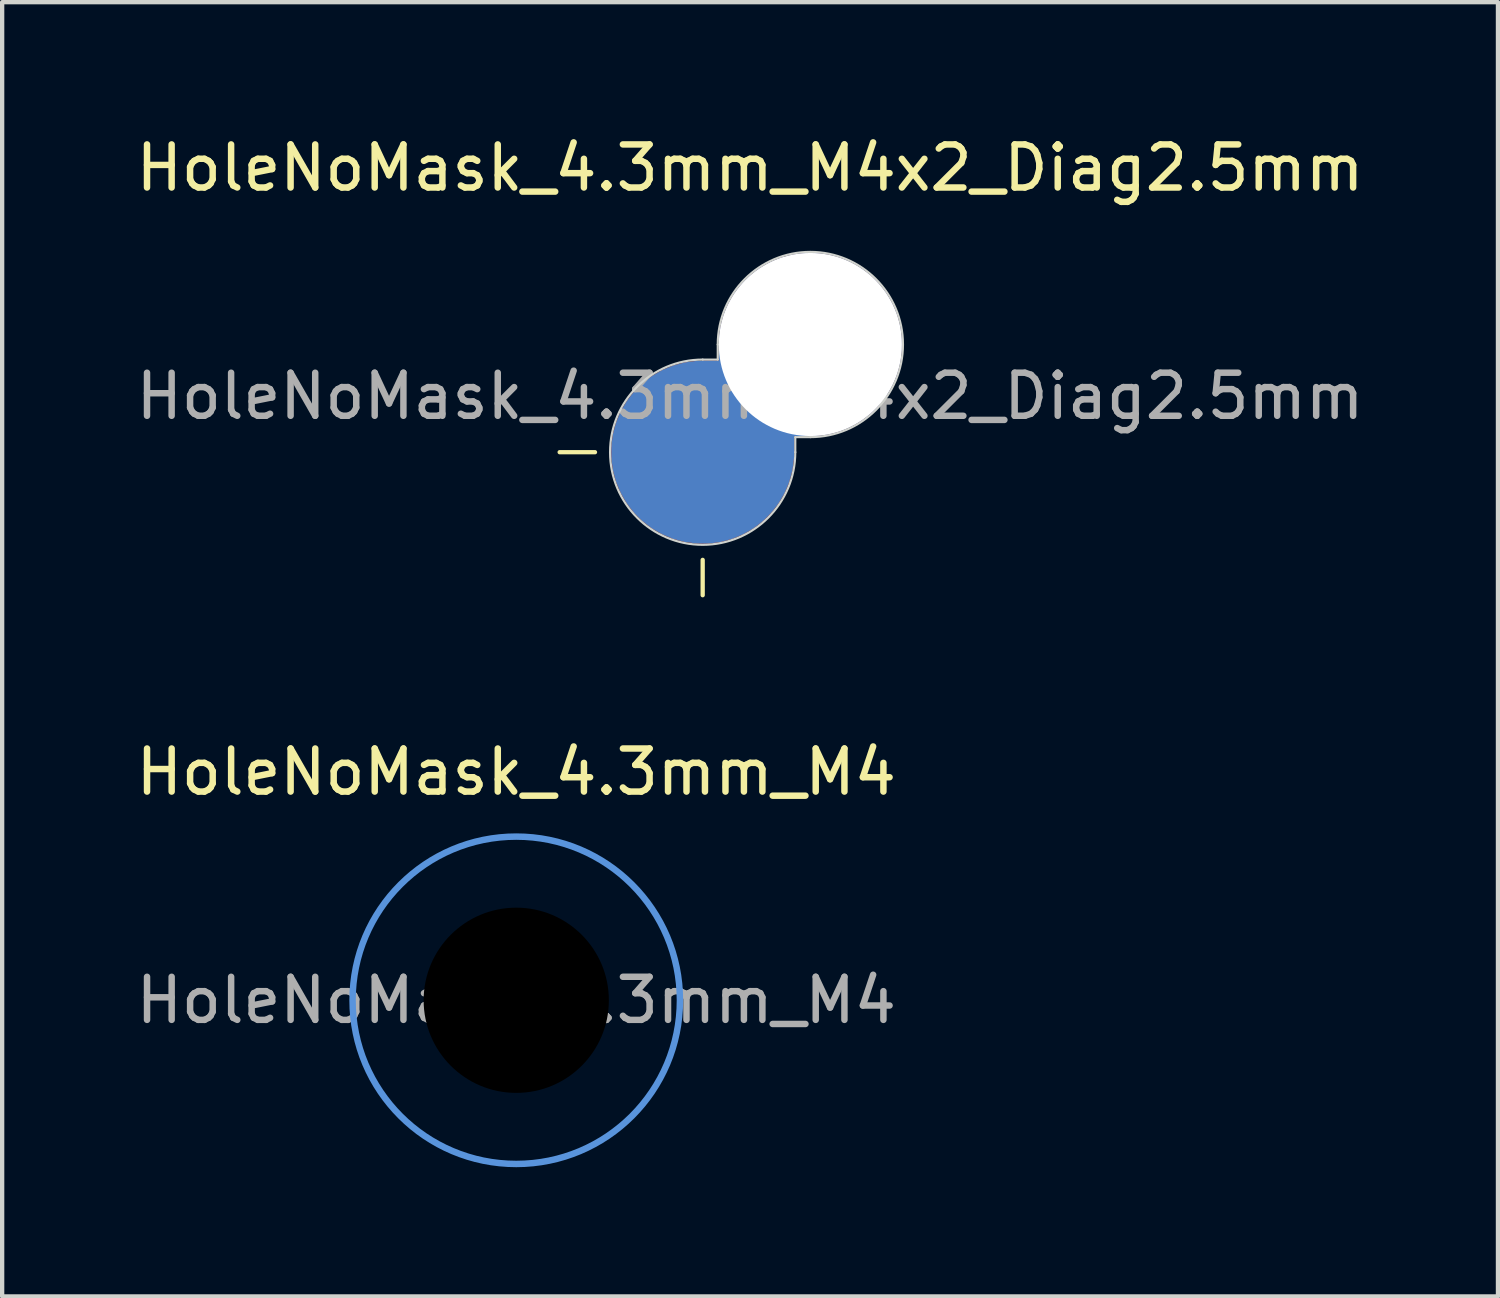
<source format=kicad_pcb>
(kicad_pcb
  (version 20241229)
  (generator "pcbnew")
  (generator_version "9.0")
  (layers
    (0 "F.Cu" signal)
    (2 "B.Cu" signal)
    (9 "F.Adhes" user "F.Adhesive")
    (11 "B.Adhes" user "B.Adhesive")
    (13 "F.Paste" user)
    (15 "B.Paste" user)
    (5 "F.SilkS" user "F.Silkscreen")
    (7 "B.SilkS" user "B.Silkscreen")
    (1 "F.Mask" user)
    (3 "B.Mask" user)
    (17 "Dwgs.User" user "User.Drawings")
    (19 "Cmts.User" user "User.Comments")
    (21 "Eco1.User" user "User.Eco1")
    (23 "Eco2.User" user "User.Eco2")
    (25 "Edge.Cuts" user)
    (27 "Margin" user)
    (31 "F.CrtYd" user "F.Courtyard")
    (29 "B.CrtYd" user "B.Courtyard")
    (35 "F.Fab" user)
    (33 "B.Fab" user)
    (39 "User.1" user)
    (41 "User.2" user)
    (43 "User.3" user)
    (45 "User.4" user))
  (footprint "HoleNoMask_4.3mm_M4x2_Diag2.5mm"
    (layer "F.Cu")
    (at 13.263 7.448)
    (property "Reference" "HoleNoMask_4.3mm_M4x2_Diag2.5mm" (at 1.1 -6.6 0) (layer "F.SilkS") (effects (font (size 1 1) (thickness 0.15))))
    (attr exclude_from_pos_files exclude_from_bom)
    (fp_circle (center 0 0) (end 3.575 0) (stroke (width 0) (type solid)) (fill yes) (layer "B.Mask"))
    (fp_circle (center 2.5 -2.5) (end 6.075 -2.5) (stroke (width 0) (type solid)) (fill yes) (layer "B.Mask"))
    (fp_line (start -2.5 0) (end -3.32 0) (stroke (width 0.1) (type solid)) (layer "F.SilkS"))
    (fp_line (start 0 2.5) (end 0 3.32) (stroke (width 0.1) (type solid)) (layer "F.SilkS"))
    (fp_line (start 0 -2.15) (end 0.35 -2.15) (stroke (width 0.05) (type default)) (layer "Edge.Cuts"))
    (fp_line (start 0.35 -2.5) (end 0.35 -2.15) (stroke (width 0.05) (type default)) (layer "Edge.Cuts"))
    (fp_line (start 2.15 -0.35) (end 2.15 0) (stroke (width 0.05) (type default)) (layer "Edge.Cuts"))
    (fp_line (start 2.5 -0.35) (end 2.15 -0.35) (stroke (width 0.05) (type default)) (layer "Edge.Cuts"))
    (fp_arc (start 0.35 -2.5) (mid 4.02028 -4.02028) (end 2.5 -0.35) (stroke (width 0.05) (type default)) (layer "Edge.Cuts"))
    (fp_arc (start 2.15 0) (mid -1.52028 1.52028) (end 0 -2.15) (stroke (width 0.05) (type solid)) (layer "Edge.Cuts"))
    (fp_text user "${REFERENCE}" (at 1.1 -1.3 0) (layer "F.Fab") (effects (font (size 1 1) (thickness 0.15))))
    (pad "" np_thru_hole custom (at 2.5 -2.5) (size 4.25 4.25) (drill 4.25) (layers "*.Cu" "*.Mask") (options (anchor circle)) (primitives (gr_circle (center -2.5 2.5) (end -0.375 2.5) (width 0) (fill yes)) (gr_poly (pts (xy -2.125 0) (xy -2.125 0.375) (xy -2.5 0.375) (xy -0.375 2.5) (xy -0.375 2.125) (xy 0 2.125)) (width 0) (fill yes)))))
  (footprint "HoleNoMask_4.3mm_M4"
    (layer "F.Cu")
    (at 8.935 20.172)
    (property "Reference" "HoleNoMask_4.3mm_M4" (at 0 -5.3 0) (layer "F.SilkS") (effects (font (size 1 1) (thickness 0.15))))
    (attr exclude_from_pos_files exclude_from_bom)
    (fp_circle (center 0 0) (end 3.8 0) (stroke (width 0.15) (type solid)) (fill no) (layer "Cmts.User"))
    (fp_text user "${REFERENCE}" (at 0 0 0) (layer "F.Fab") (effects (font (size 1 1) (thickness 0.15))))
    (pad "" np_thru_hole circle (at 0 0) (size 7.5 7.5) (drill 4.3) (layers "*.Mask")))
  (gr_rect
    (start -3 -3)
    (end 31.726 27.047)
    (stroke (width 0.1) (type default))
    (fill no)
    (layer "Edge.Cuts")))
</source>
